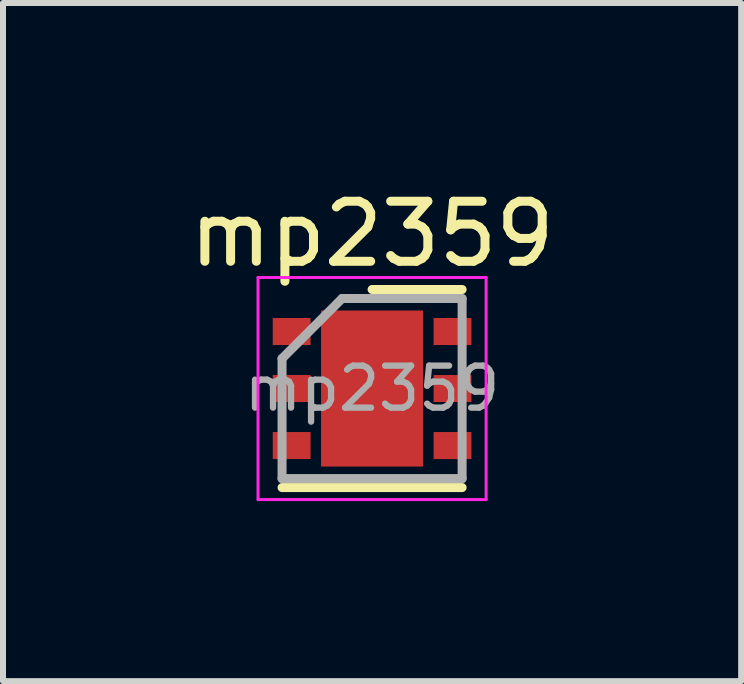
<source format=kicad_pcb>
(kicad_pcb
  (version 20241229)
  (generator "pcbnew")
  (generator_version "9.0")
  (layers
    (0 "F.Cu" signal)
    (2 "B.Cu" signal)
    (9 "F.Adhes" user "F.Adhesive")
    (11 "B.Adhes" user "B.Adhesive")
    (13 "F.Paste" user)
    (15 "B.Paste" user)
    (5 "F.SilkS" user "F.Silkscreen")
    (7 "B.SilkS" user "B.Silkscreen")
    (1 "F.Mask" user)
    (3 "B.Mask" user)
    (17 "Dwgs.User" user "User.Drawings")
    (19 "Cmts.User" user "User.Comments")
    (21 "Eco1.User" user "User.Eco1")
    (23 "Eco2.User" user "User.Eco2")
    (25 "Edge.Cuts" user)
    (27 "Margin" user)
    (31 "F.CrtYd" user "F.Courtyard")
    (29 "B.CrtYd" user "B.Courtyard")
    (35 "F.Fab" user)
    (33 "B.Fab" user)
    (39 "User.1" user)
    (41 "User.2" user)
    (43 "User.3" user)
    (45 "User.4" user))
  (footprint "mp2359"
    (layer "F.Cu")
    (at 3.149 3.423)
    (property "Reference" "mp2359" (at 0 -2.575 0) (layer "F.SilkS") (effects (font (size 1 1) (thickness 0.15))))
    (attr smd)
    (fp_line (start -1.5 1.65) (end 1.5 1.65) (stroke (width 0.15) (type solid)) (layer "F.SilkS"))
    (fp_line (start 0 -1.65) (end 1.5 -1.65) (stroke (width 0.15) (type solid)) (layer "F.SilkS"))
    (fp_line (start -1.9 -1.85) (end -1.9 1.85) (stroke (width 0.05) (type solid)) (layer "F.CrtYd"))
    (fp_line (start -1.9 -1.85) (end 1.9 -1.85) (stroke (width 0.05) (type solid)) (layer "F.CrtYd"))
    (fp_line (start -1.9 1.85) (end 1.9 1.85) (stroke (width 0.05) (type solid)) (layer "F.CrtYd"))
    (fp_line (start 1.9 -1.85) (end 1.9 1.85) (stroke (width 0.05) (type solid)) (layer "F.CrtYd"))
    (fp_line (start -1.5 -0.5) (end -0.5 -1.5) (stroke (width 0.15) (type solid)) (layer "F.Fab"))
    (fp_line (start -1.5 1.5) (end -1.5 -0.5) (stroke (width 0.15) (type solid)) (layer "F.Fab"))
    (fp_line (start -0.5 -1.5) (end 1.5 -1.5) (stroke (width 0.15) (type solid)) (layer "F.Fab"))
    (fp_line (start 1.5 -1.5) (end 1.5 1.5) (stroke (width 0.15) (type solid)) (layer "F.Fab"))
    (fp_line (start 1.5 1.5) (end -1.5 1.5) (stroke (width 0.15) (type solid)) (layer "F.Fab"))
    (fp_text user "${REFERENCE}" (at 0 0 0) (layer "F.Fab") (effects (font (size 0.7 0.7) (thickness 0.105))))
    (pad "" smd rect (at -0.425 -0.866) (size 0.66 0.73) (layers "F.Paste"))
    (pad "" smd rect (at -0.425 0) (size 0.66 0.73) (layers "F.Paste"))
    (pad "" smd rect (at -0.425 0.866) (size 0.66 0.73) (layers "F.Paste"))
    (pad "" smd rect (at 0.425 -0.866) (size 0.66 0.73) (layers "F.Paste"))
    (pad "" smd rect (at 0.425 0) (size 0.66 0.73) (layers "F.Paste"))
    (pad "" smd rect (at 0.425 0.866) (size 0.66 0.73) (layers "F.Paste"))
    (pad "1" smd rect (at -1.34 -0.95) (size 0.63 0.45) (layers "F.Cu" "F.Mask" "F.Paste"))
    (pad "2" smd rect (at -1.34 0) (size 0.63 0.45) (layers "F.Cu" "F.Mask" "F.Paste"))
    (pad "3" smd rect (at -1.34 0.95) (size 0.63 0.45) (layers "F.Cu" "F.Mask" "F.Paste"))
    (pad "4" smd rect (at 1.34 0.95) (size 0.63 0.45) (layers "F.Cu" "F.Mask" "F.Paste"))
    (pad "5" smd rect (at 1.34 0) (size 0.63 0.45) (layers "F.Cu" "F.Mask" "F.Paste"))
    (pad "6" smd rect (at 1.34 -0.95) (size 0.63 0.45) (layers "F.Cu" "F.Mask" "F.Paste"))
    (pad "7" smd rect (at 0 0) (size 1.7 2.6) (layers "F.Cu" "F.Mask")))
  (gr_rect
    (start -3 -3)
    (end 9.298 8.298)
    (stroke (width 0.1) (type default))
    (fill no)
    (layer "Edge.Cuts")))
</source>
